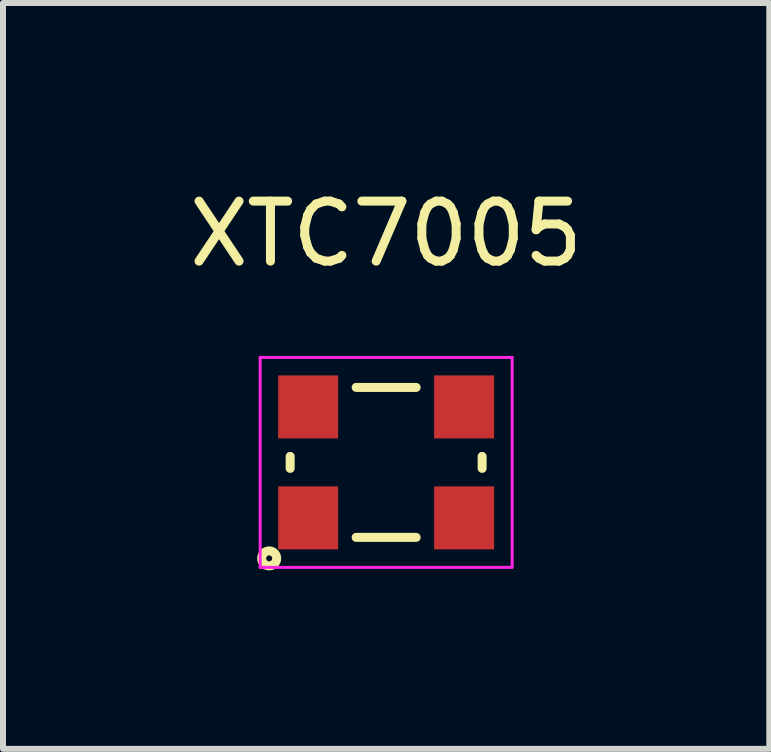
<source format=kicad_pcb>
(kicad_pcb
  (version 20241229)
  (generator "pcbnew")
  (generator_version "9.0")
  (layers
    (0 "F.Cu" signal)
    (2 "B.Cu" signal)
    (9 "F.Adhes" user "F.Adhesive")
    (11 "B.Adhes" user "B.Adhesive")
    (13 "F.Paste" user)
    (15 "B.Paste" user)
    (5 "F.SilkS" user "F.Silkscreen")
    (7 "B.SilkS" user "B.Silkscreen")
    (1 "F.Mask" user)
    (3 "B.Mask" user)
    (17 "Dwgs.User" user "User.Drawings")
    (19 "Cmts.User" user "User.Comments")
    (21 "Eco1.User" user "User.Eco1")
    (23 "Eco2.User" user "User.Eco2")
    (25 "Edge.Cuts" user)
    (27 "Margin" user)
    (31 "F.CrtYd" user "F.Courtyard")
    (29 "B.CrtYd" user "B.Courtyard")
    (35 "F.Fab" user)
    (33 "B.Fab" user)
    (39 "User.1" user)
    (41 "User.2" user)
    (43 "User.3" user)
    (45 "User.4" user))
  (footprint "XTC7005"
    (layer "F.Cu")
    (at 3.387 4.658)
    (property "Reference" "XTC7005" (at 0 -3.81 0) (layer "F.SilkS") (effects (font (size 1 1) (thickness 0.15))))
    (attr through_hole)
    (fp_line (start -1.6 -0.1) (end -1.6 0.1) (stroke (width 0.15) (type solid)) (layer "F.SilkS"))
    (fp_line (start -0.5 -1.25) (end 0.5 -1.25) (stroke (width 0.15) (type solid)) (layer "F.SilkS"))
    (fp_line (start -0.5 1.25) (end 0.5 1.25) (stroke (width 0.15) (type solid)) (layer "F.SilkS"))
    (fp_line (start 1.6 -0.1) (end 1.6 0.1) (stroke (width 0.15) (type solid)) (layer "F.SilkS"))
    (fp_circle (center -1.95 1.6) (end -1.9 1.6) (stroke (width 0.15) (type solid)) (fill no) (layer "F.SilkS"))
    (fp_line (start -2.1 -1.75) (end 2.1 -1.75) (stroke (width 0.05) (type solid)) (layer "F.CrtYd"))
    (fp_line (start -2.1 1.75) (end -2.1 -1.75) (stroke (width 0.05) (type solid)) (layer "F.CrtYd"))
    (fp_line (start 2.1 -1.75) (end 2.1 1.75) (stroke (width 0.05) (type solid)) (layer "F.CrtYd"))
    (fp_line (start 2.1 1.75) (end -2.1 1.75) (stroke (width 0.05) (type solid)) (layer "F.CrtYd"))
    (pad "1" smd rect (at -1.3 0.925) (size 1 1.05) (layers "F.Cu" "F.Mask" "F.Paste"))
    (pad "2" smd rect (at 1.3 0.925) (size 1 1.05) (layers "F.Cu" "F.Mask" "F.Paste"))
    (pad "3" smd rect (at 1.3 -0.925) (size 1 1.05) (layers "F.Cu" "F.Mask" "F.Paste"))
    (pad "4" smd rect (at -1.3 -0.925) (size 1 1.05) (layers "F.Cu" "F.Mask" "F.Paste")))
  (gr_rect
    (start -3 -3)
    (end 9.774 9.433)
    (stroke (width 0.1) (type default))
    (fill no)
    (layer "Edge.Cuts")))
</source>
